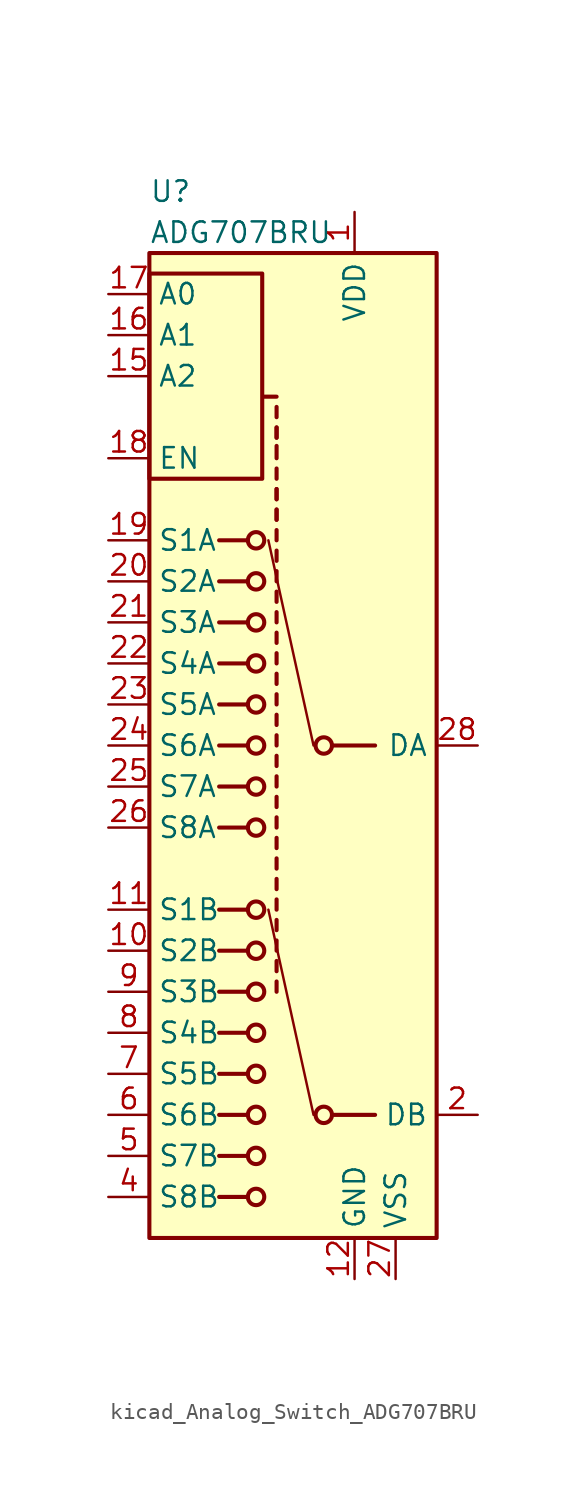
<source format=kicad_sym>
(kicad_symbol_lib
  (version 20220914)
  (generator kicad_symbol_editor)
  (symbol "kicad_Analog_Switch_ADG707BRU"
    (property "Reference" "U"
      (at -7.62 34.29 0)
      (effects (font (size 1.27 1.27)) (justify left)))
    (property "Value" "ADG707BRU"
      (at -7.62 31.75 0)
      (effects (font (size 1.27 1.27)) (justify left)))
    (symbol "kicad_Analog_Switch_ADG707BRU_0_1"
      (rectangle (start -7.62 29.21) (end -0.635 16.51) (stroke (width 0.254) (type default)) (fill (type none)))
      (rectangle (start -7.62 30.48) (end 10.16 -30.48) (stroke (width 0.254) (type default)) (fill (type background)))
      (circle (center -1.016 -27.94) (radius 0.508) (stroke (width 0.254) (type default)) (fill (type none)))
      (circle (center -1.016 -25.4) (radius 0.508) (stroke (width 0.254) (type default)) (fill (type none)))
      (circle (center -1.016 -22.86) (radius 0.508) (stroke (width 0.254) (type default)) (fill (type none)))
      (circle (center -1.016 -20.32) (radius 0.508) (stroke (width 0.254) (type default)) (fill (type none)))
      (circle (center -1.016 -17.78) (radius 0.508) (stroke (width 0.254) (type default)) (fill (type none)))
      (circle (center -1.016 -15.24) (radius 0.508) (stroke (width 0.254) (type default)) (fill (type none)))
      (circle (center -1.016 -12.7) (radius 0.508) (stroke (width 0.254) (type default)) (fill (type none)))
      (circle (center -1.016 -10.16) (radius 0.508) (stroke (width 0.254) (type default)) (fill (type none)))
      (circle (center -1.016 -5.08) (radius 0.508) (stroke (width 0.254) (type default)) (fill (type none)))
      (circle (center -1.016 -2.54) (radius 0.508) (stroke (width 0.254) (type default)) (fill (type none)))
      (circle (center -1.016 0) (radius 0.508) (stroke (width 0.254) (type default)) (fill (type none)))
      (circle (center -1.016 2.54) (radius 0.508) (stroke (width 0.254) (type default)) (fill (type none)))
      (circle (center -1.016 5.08) (radius 0.508) (stroke (width 0.254) (type default)) (fill (type none)))
      (circle (center -1.016 7.62) (radius 0.508) (stroke (width 0.254) (type default)) (fill (type none)))
      (circle (center -1.016 10.16) (radius 0.508) (stroke (width 0.254) (type default)) (fill (type none)))
      (circle (center -1.016 12.7) (radius 0.508) (stroke (width 0.254) (type default)) (fill (type none)))
      (polyline (pts (xy -1.524 -27.94) (xy -3.302 -27.94)) (stroke (width 0.254) (type default)) (fill (type none)))
      (polyline (pts (xy -1.524 -25.4) (xy -3.302 -25.4)) (stroke (width 0.254) (type default)) (fill (type none)))
      (polyline (pts (xy -1.524 -22.86) (xy -3.302 -22.86)) (stroke (width 0.254) (type default)) (fill (type none)))
      (polyline (pts (xy -1.524 -20.32) (xy -3.302 -20.32)) (stroke (width 0.254) (type default)) (fill (type none)))
      (polyline (pts (xy -1.524 -17.78) (xy -3.302 -17.78)) (stroke (width 0.254) (type default)) (fill (type none)))
      (polyline (pts (xy -1.524 -15.24) (xy -3.302 -15.24)) (stroke (width 0.254) (type default)) (fill (type none)))
      (polyline (pts (xy -1.524 -12.7) (xy -3.302 -12.7)) (stroke (width 0.254) (type default)) (fill (type none)))
      (polyline (pts (xy -1.524 -10.16) (xy -3.302 -10.16)) (stroke (width 0.254) (type default)) (fill (type none)))
      (polyline (pts (xy -1.524 -5.08) (xy -3.302 -5.08)) (stroke (width 0.254) (type default)) (fill (type none)))
      (polyline (pts (xy -1.524 -2.54) (xy -3.302 -2.54)) (stroke (width 0.254) (type default)) (fill (type none)))
      (polyline (pts (xy -1.524 0) (xy -3.302 0)) (stroke (width 0.254) (type default)) (fill (type none)))
      (polyline (pts (xy -1.524 2.54) (xy -3.302 2.54)) (stroke (width 0.254) (type default)) (fill (type none)))
      (polyline (pts (xy -1.524 5.08) (xy -3.302 5.08)) (stroke (width 0.254) (type default)) (fill (type none)))
      (polyline (pts (xy -1.524 7.62) (xy -3.302 7.62)) (stroke (width 0.254) (type default)) (fill (type none)))
      (polyline (pts (xy -1.524 10.16) (xy -3.302 10.16)) (stroke (width 0.254) (type default)) (fill (type none)))
      (polyline (pts (xy -1.524 12.7) (xy -3.302 12.7)) (stroke (width 0.254) (type default)) (fill (type none)))
      (polyline (pts (xy -0.508 21.59) (xy 0.254 21.59)) (stroke (width 0.254) (type default)) (fill (type none)))
      (polyline (pts (xy 0.254 -15.24) (xy 0.254 -14.605)) (stroke (width 0.254) (type default)) (fill (type none)))
      (polyline (pts (xy 0.254 -13.97) (xy 0.254 -13.335)) (stroke (width 0.254) (type default)) (fill (type none)))
      (polyline (pts (xy 0.254 -12.7) (xy 0.254 -12.065)) (stroke (width 0.254) (type default)) (fill (type none)))
      (polyline (pts (xy 0.254 -11.43) (xy 0.254 -10.795)) (stroke (width 0.254) (type default)) (fill (type none)))
      (polyline (pts (xy 0.254 -10.16) (xy 0.254 -9.525)) (stroke (width 0.254) (type default)) (fill (type none)))
      (polyline (pts (xy 0.254 -8.89) (xy 0.254 -8.255)) (stroke (width 0.254) (type default)) (fill (type none)))
      (polyline (pts (xy 0.254 -7.62) (xy 0.254 -6.985)) (stroke (width 0.254) (type default)) (fill (type none)))
      (polyline (pts (xy 0.254 -6.35) (xy 0.254 -5.715)) (stroke (width 0.254) (type default)) (fill (type none)))
      (polyline (pts (xy 0.254 -5.08) (xy 0.254 -4.445)) (stroke (width 0.254) (type default)) (fill (type none)))
      (polyline (pts (xy 0.254 -3.81) (xy 0.254 -3.175)) (stroke (width 0.254) (type default)) (fill (type none)))
      (polyline (pts (xy 0.254 -2.54) (xy 0.254 -1.905)) (stroke (width 0.254) (type default)) (fill (type none)))
      (polyline (pts (xy 0.254 -1.27) (xy 0.254 -0.635)) (stroke (width 0.254) (type default)) (fill (type none)))
      (polyline (pts (xy 0.254 0) (xy 0.254 0.635)) (stroke (width 0.254) (type default)) (fill (type none)))
      (polyline (pts (xy 0.254 1.27) (xy 0.254 1.905)) (stroke (width 0.254) (type default)) (fill (type none)))
      (polyline (pts (xy 0.254 2.54) (xy 0.254 3.175)) (stroke (width 0.254) (type default)) (fill (type none)))
      (polyline (pts (xy 0.254 3.81) (xy 0.254 4.445)) (stroke (width 0.254) (type default)) (fill (type none)))
      (polyline (pts (xy 0.254 5.08) (xy 0.254 5.715)) (stroke (width 0.254) (type default)) (fill (type none)))
      (polyline (pts (xy 0.254 6.35) (xy 0.254 6.985)) (stroke (width 0.254) (type default)) (fill (type none)))
      (polyline (pts (xy 0.254 7.62) (xy 0.254 8.255)) (stroke (width 0.254) (type default)) (fill (type none)))
      (polyline (pts (xy 0.254 8.89) (xy 0.254 9.525)) (stroke (width 0.254) (type default)) (fill (type none)))
      (polyline (pts (xy 0.254 10.16) (xy 0.254 10.795)) (stroke (width 0.254) (type default)) (fill (type none)))
      (polyline (pts (xy 0.254 11.43) (xy 0.254 12.065)) (stroke (width 0.254) (type default)) (fill (type none)))
      (polyline (pts (xy 0.254 12.7) (xy 0.254 13.335)) (stroke (width 0.254) (type default)) (fill (type none)))
      (polyline (pts (xy 0.254 13.97) (xy 0.254 14.605)) (stroke (width 0.254) (type default)) (fill (type none)))
      (polyline (pts (xy 0.254 13.97) (xy 0.254 14.605)) (stroke (width 0.254) (type default)) (fill (type none)))
      (polyline (pts (xy 0.254 15.24) (xy 0.254 15.875)) (stroke (width 0.254) (type default)) (fill (type none)))
      (polyline (pts (xy 0.254 15.24) (xy 0.254 15.875)) (stroke (width 0.254) (type default)) (fill (type none)))
      (polyline (pts (xy 0.254 16.51) (xy 0.254 17.145)) (stroke (width 0.254) (type default)) (fill (type none)))
      (polyline (pts (xy 0.254 17.78) (xy 0.254 18.542)) (stroke (width 0.254) (type default)) (fill (type none)))
      (polyline (pts (xy 0.254 19.05) (xy 0.254 19.685)) (stroke (width 0.254) (type default)) (fill (type none)))
      (polyline (pts (xy 0.254 19.05) (xy 0.254 19.685)) (stroke (width 0.254) (type default)) (fill (type none)))
      (polyline (pts (xy 0.254 20.32) (xy 0.254 20.955)) (stroke (width 0.254) (type default)) (fill (type none)))
      (polyline (pts (xy 2.54 -22.86) (xy -0.254 -10.16)) (stroke (width 0.152) (type default)) (fill (type none)))
      (polyline (pts (xy 2.54 0) (xy -0.254 12.7)) (stroke (width 0.152) (type default)) (fill (type none)))
      (polyline (pts (xy 6.35 -22.86) (xy 3.81 -22.86)) (stroke (width 0.254) (type default)) (fill (type none)))
      (polyline (pts (xy 6.35 0) (xy 3.81 0)) (stroke (width 0.254) (type default)) (fill (type none)))
      (circle (center 3.175 -22.86) (radius 0.508) (stroke (width 0.254) (type default)) (fill (type none)))
      (circle (center 3.175 0) (radius 0.508) (stroke (width 0.254) (type default)) (fill (type none))))
    (symbol "kicad_Analog_Switch_ADG707BRU_1_1"
      (pin power_in line (at 5.08 33.02 270) (length 2.54) (name "VDD" (effects (font (size 1.27 1.27)))) (number "1" (effects (font (size 1.27 1.27)))))
      (pin passive line (at -10.16 -12.7 0) (length 2.54) (name "S2B" (effects (font (size 1.27 1.27)))) (number "10" (effects (font (size 1.27 1.27)))))
      (pin passive line (at -10.16 -10.16 0) (length 2.54) (name "S1B" (effects (font (size 1.27 1.27)))) (number "11" (effects (font (size 1.27 1.27)))))
      (pin power_in line (at 5.08 -33.02 90) (length 2.54) (name "GND" (effects (font (size 1.27 1.27)))) (number "12" (effects (font (size 1.27 1.27)))))
      (pin no_connect line (at 10.16 25.4 180) (length 2.54) hide (name "NC" (effects (font (size 1.27 1.27)))) (number "13" (effects (font (size 1.27 1.27)))))
      (pin no_connect line (at 10.16 22.86 180) (length 2.54) hide (name "NC" (effects (font (size 1.27 1.27)))) (number "14" (effects (font (size 1.27 1.27)))))
      (pin input line (at -10.16 22.86 0) (length 2.54) (name "A2" (effects (font (size 1.27 1.27)))) (number "15" (effects (font (size 1.27 1.27)))))
      (pin input line (at -10.16 25.4 0) (length 2.54) (name "A1" (effects (font (size 1.27 1.27)))) (number "16" (effects (font (size 1.27 1.27)))))
      (pin input line (at -10.16 27.94 0) (length 2.54) (name "A0" (effects (font (size 1.27 1.27)))) (number "17" (effects (font (size 1.27 1.27)))))
      (pin input line (at -10.16 17.78 0) (length 2.54) (name "EN" (effects (font (size 1.27 1.27)))) (number "18" (effects (font (size 1.27 1.27)))))
      (pin passive line (at -10.16 12.7 0) (length 2.54) (name "S1A" (effects (font (size 1.27 1.27)))) (number "19" (effects (font (size 1.27 1.27)))))
      (pin passive line (at 12.7 -22.86 180) (length 2.54) (name "DB" (effects (font (size 1.27 1.27)))) (number "2" (effects (font (size 1.27 1.27)))))
      (pin passive line (at -10.16 10.16 0) (length 2.54) (name "S2A" (effects (font (size 1.27 1.27)))) (number "20" (effects (font (size 1.27 1.27)))))
      (pin passive line (at -10.16 7.62 0) (length 2.54) (name "S3A" (effects (font (size 1.27 1.27)))) (number "21" (effects (font (size 1.27 1.27)))))
      (pin passive line (at -10.16 5.08 0) (length 2.54) (name "S4A" (effects (font (size 1.27 1.27)))) (number "22" (effects (font (size 1.27 1.27)))))
      (pin passive line (at -10.16 2.54 0) (length 2.54) (name "S5A" (effects (font (size 1.27 1.27)))) (number "23" (effects (font (size 1.27 1.27)))))
      (pin passive line (at -10.16 0 0) (length 2.54) (name "S6A" (effects (font (size 1.27 1.27)))) (number "24" (effects (font (size 1.27 1.27)))))
      (pin passive line (at -10.16 -2.54 0) (length 2.54) (name "S7A" (effects (font (size 1.27 1.27)))) (number "25" (effects (font (size 1.27 1.27)))))
      (pin passive line (at -10.16 -5.08 0) (length 2.54) (name "S8A" (effects (font (size 1.27 1.27)))) (number "26" (effects (font (size 1.27 1.27)))))
      (pin power_in line (at 7.62 -33.02 90) (length 2.54) (name "VSS" (effects (font (size 1.27 1.27)))) (number "27" (effects (font (size 1.27 1.27)))))
      (pin passive line (at 12.7 0 180) (length 2.54) (name "DA" (effects (font (size 1.27 1.27)))) (number "28" (effects (font (size 1.27 1.27)))))
      (pin no_connect line (at 10.16 27.94 180) (length 2.54) hide (name "NC" (effects (font (size 1.27 1.27)))) (number "3" (effects (font (size 1.27 1.27)))))
      (pin passive line (at -10.16 -27.94 0) (length 2.54) (name "S8B" (effects (font (size 1.27 1.27)))) (number "4" (effects (font (size 1.27 1.27)))))
      (pin passive line (at -10.16 -25.4 0) (length 2.54) (name "S7B" (effects (font (size 1.27 1.27)))) (number "5" (effects (font (size 1.27 1.27)))))
      (pin passive line (at -10.16 -22.86 0) (length 2.54) (name "S6B" (effects (font (size 1.27 1.27)))) (number "6" (effects (font (size 1.27 1.27)))))
      (pin passive line (at -10.16 -20.32 0) (length 2.54) (name "S5B" (effects (font (size 1.27 1.27)))) (number "7" (effects (font (size 1.27 1.27)))))
      (pin passive line (at -10.16 -17.78 0) (length 2.54) (name "S4B" (effects (font (size 1.27 1.27)))) (number "8" (effects (font (size 1.27 1.27)))))
      (pin passive line (at -10.16 -15.24 0) (length 2.54) (name "S3B" (effects (font (size 1.27 1.27)))) (number "9" (effects (font (size 1.27 1.27))))))))
</source>
